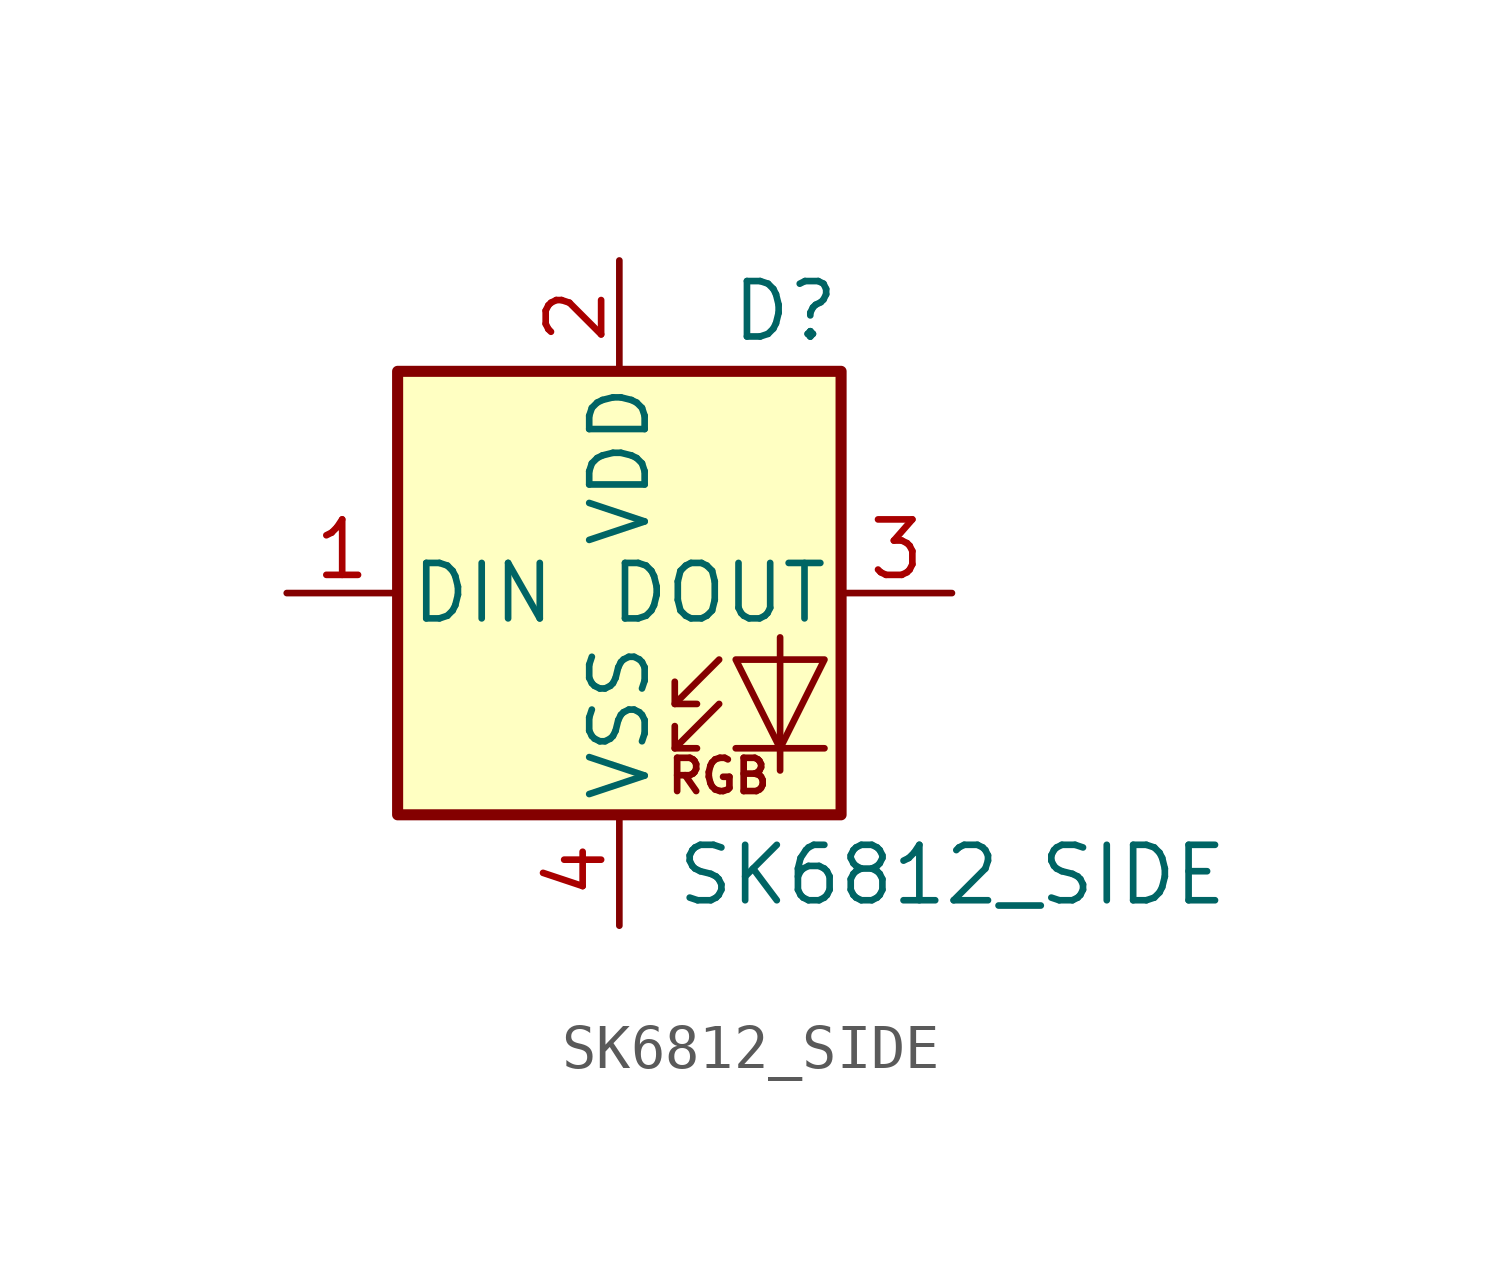
<source format=kicad_sym>
(kicad_symbol_lib
  (version 20211014)
  (generator kicad_symbol_editor)
  (symbol "SK6812_SIDE"
    (pin_names
      (offset 0.254))
    (property "Reference" "D"
      (at 5.08 5.715 0)
      (effects (font (size 1.27 1.27)) (justify right bottom)))
    (property "Value" "SK6812_SIDE"
      (at 1.27 -5.715 0)
      (effects (font (size 1.27 1.27)) (justify left top)))
    (symbol "SK6812_SIDE_0_0"
      (text "RGB" (at 2.286 -4.191 0) (effects (font (size 0.762 0.762)))))
    (symbol "SK6812_SIDE_0_1"
      (polyline (pts (xy 1.27 -3.556) (xy 1.778 -3.556)) (stroke (width 0) (type default) (color 0 0 0 0)) (fill (type none)))
      (polyline (pts (xy 1.27 -2.54) (xy 1.778 -2.54)) (stroke (width 0) (type default) (color 0 0 0 0)) (fill (type none)))
      (polyline (pts (xy 4.699 -3.556) (xy 2.667 -3.556)) (stroke (width 0) (type default) (color 0 0 0 0)) (fill (type none)))
      (polyline (pts (xy 2.286 -2.54) (xy 1.27 -3.556) (xy 1.27 -3.048)) (stroke (width 0) (type default) (color 0 0 0 0)) (fill (type none)))
      (polyline (pts (xy 2.286 -1.524) (xy 1.27 -2.54) (xy 1.27 -2.032)) (stroke (width 0) (type default) (color 0 0 0 0)) (fill (type none)))
      (polyline (pts (xy 3.683 -1.016) (xy 3.683 -3.556) (xy 3.683 -4.064)) (stroke (width 0) (type default) (color 0 0 0 0)) (fill (type none)))
      (polyline (pts (xy 4.699 -1.524) (xy 2.667 -1.524) (xy 3.683 -3.556) (xy 4.699 -1.524)) (stroke (width 0) (type default) (color 0 0 0 0)) (fill (type none)))
      (rectangle (start 5.08 5.08) (end -5.08 -5.08) (stroke (width 0.254) (type default) (color 0 0 0 0)) (fill (type background))))
    (symbol "SK6812_SIDE_1_1"
      (pin input line (at -7.62 0 0) (length 2.54) (name "DIN" (effects (font (size 1.27 1.27)))) (number "1" (effects (font (size 1.27 1.27)))))
      (pin power_in line (at 0 7.62 270) (length 2.54) (name "VDD" (effects (font (size 1.27 1.27)))) (number "2" (effects (font (size 1.27 1.27)))))
      (pin output line (at 7.62 0 180) (length 2.54) (name "DOUT" (effects (font (size 1.27 1.27)))) (number "3" (effects (font (size 1.27 1.27)))))
      (pin power_in line (at 0 -7.62 90) (length 2.54) (name "VSS" (effects (font (size 1.27 1.27)))) (number "4" (effects (font (size 1.27 1.27))))))))
</source>
